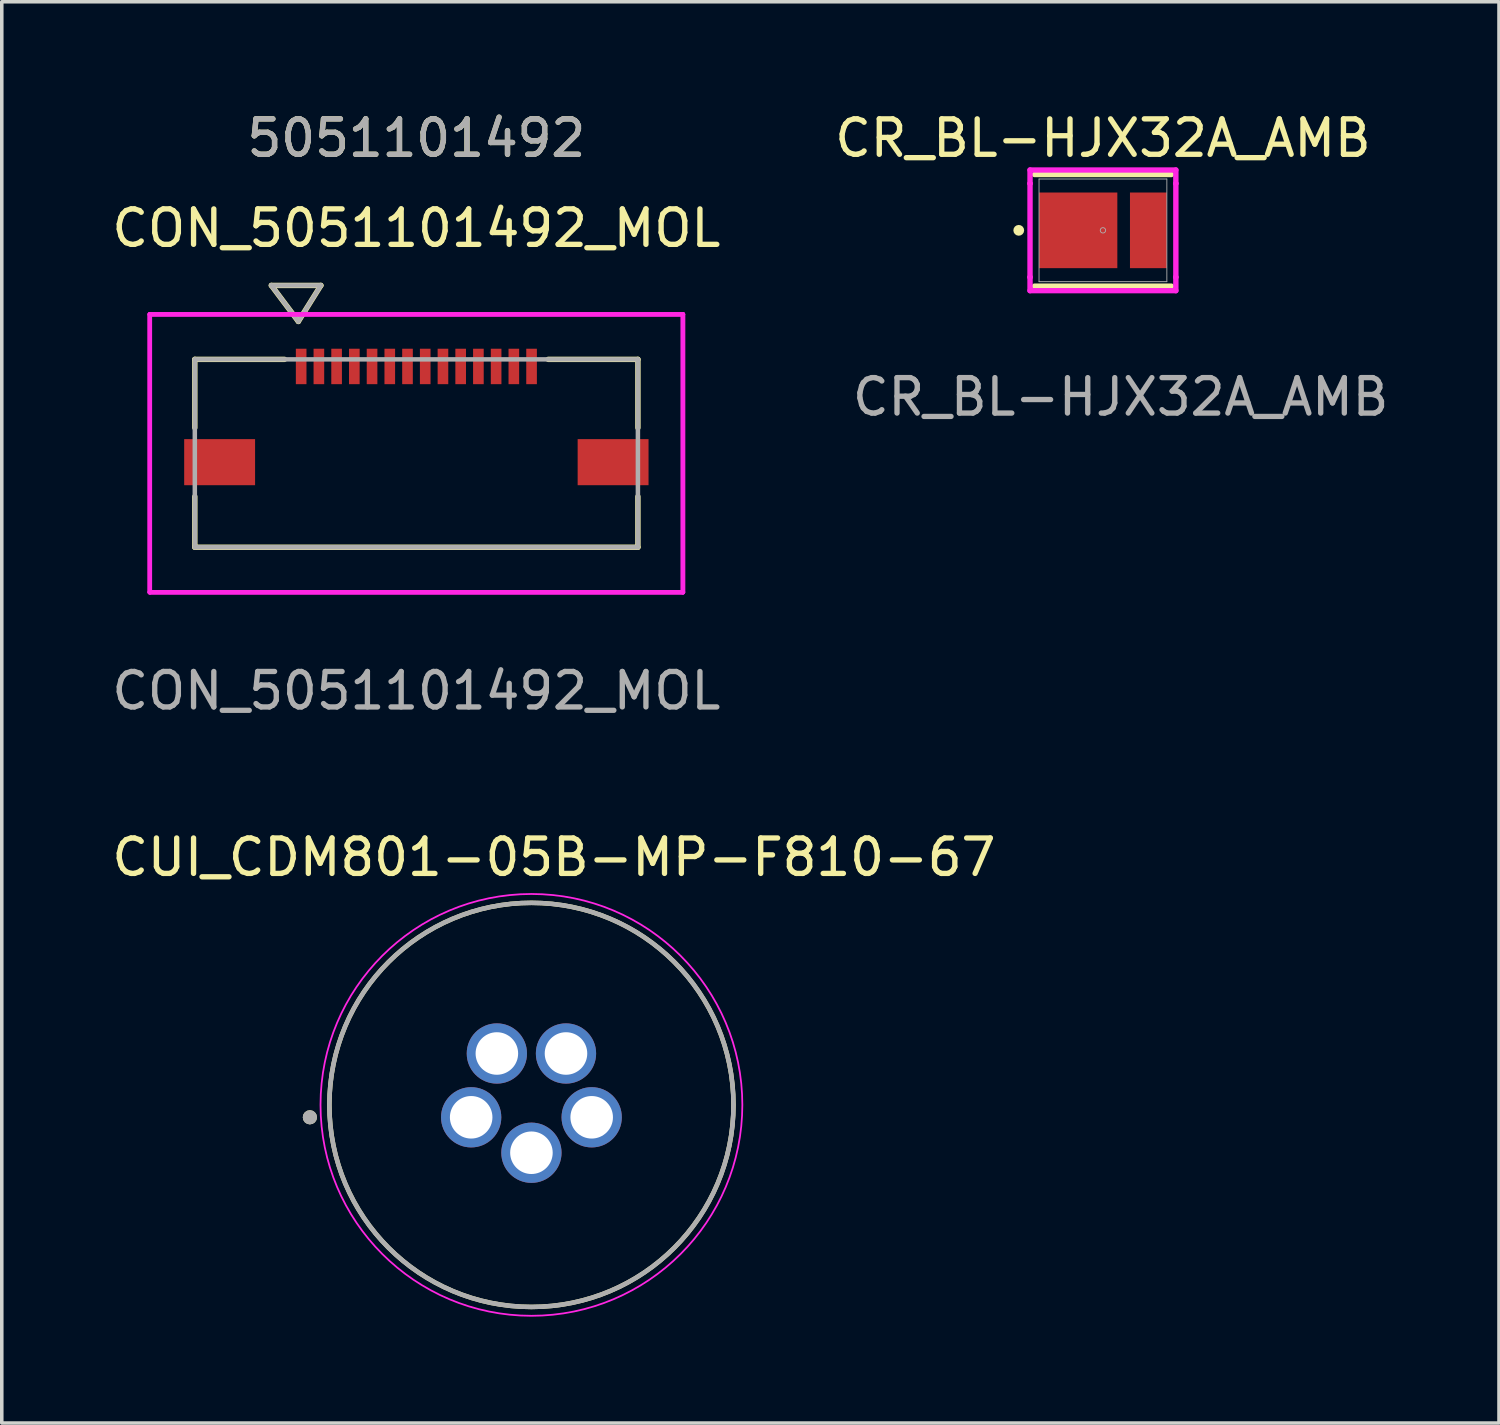
<source format=kicad_pcb>
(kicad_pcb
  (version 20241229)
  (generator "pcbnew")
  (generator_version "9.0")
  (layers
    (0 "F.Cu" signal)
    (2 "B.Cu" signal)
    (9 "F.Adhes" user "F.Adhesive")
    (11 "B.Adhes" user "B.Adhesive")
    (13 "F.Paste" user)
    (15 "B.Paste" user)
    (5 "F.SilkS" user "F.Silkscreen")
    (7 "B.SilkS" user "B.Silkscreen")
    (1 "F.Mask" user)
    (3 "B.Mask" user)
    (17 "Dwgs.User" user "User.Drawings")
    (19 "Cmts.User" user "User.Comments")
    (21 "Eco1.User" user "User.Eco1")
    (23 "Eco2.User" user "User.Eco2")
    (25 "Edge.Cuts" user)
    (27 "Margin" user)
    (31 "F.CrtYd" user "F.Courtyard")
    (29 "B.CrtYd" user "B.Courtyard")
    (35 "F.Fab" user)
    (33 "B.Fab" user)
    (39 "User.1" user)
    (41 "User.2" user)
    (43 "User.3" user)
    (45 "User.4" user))
  (footprint "CR_BL-HJX32A_AMB"
    (layer "F.Cu")
    (at 28.065 3.448)
    (property "Reference" "CR_BL-HJX32A_AMB" (at 0 -2.6 0) (unlocked yes) (layer "F.SilkS") (effects (font (size 1 1) (thickness 0.15))))
    (attr smd)
    (fp_line (start -1.93 1.575) (end 1.93 1.575) (stroke (width 0.152) (type solid)) (layer "F.SilkS"))
    (fp_line (start 1.93 -1.575) (end -1.93 -1.575) (stroke (width 0.152) (type solid)) (layer "F.SilkS"))
    (fp_circle (center -2.375 0) (end -2.299 0) (stroke (width 0.152) (type solid)) (fill no) (layer "F.SilkS"))
    (fp_line (start -2.057 -1.702) (end 2.057 -1.702) (stroke (width 0.152) (type solid)) (layer "F.CrtYd"))
    (fp_line (start -2.057 -1.321) (end -2.057 -1.702) (stroke (width 0.152) (type solid)) (layer "F.CrtYd"))
    (fp_line (start -2.057 -1.321) (end -2.057 -1.321) (stroke (width 0.152) (type solid)) (layer "F.CrtYd"))
    (fp_line (start -2.057 1.321) (end -2.057 -1.321) (stroke (width 0.152) (type solid)) (layer "F.CrtYd"))
    (fp_line (start -2.057 1.321) (end -2.057 1.321) (stroke (width 0.152) (type solid)) (layer "F.CrtYd"))
    (fp_line (start -2.057 1.702) (end -2.057 1.321) (stroke (width 0.152) (type solid)) (layer "F.CrtYd"))
    (fp_line (start 2.057 -1.702) (end 2.057 -1.321) (stroke (width 0.152) (type solid)) (layer "F.CrtYd"))
    (fp_line (start 2.057 -1.321) (end 2.057 -1.321) (stroke (width 0.152) (type solid)) (layer "F.CrtYd"))
    (fp_line (start 2.057 -1.321) (end 2.057 1.321) (stroke (width 0.152) (type solid)) (layer "F.CrtYd"))
    (fp_line (start 2.057 1.321) (end 2.057 1.321) (stroke (width 0.152) (type solid)) (layer "F.CrtYd"))
    (fp_line (start 2.057 1.321) (end 2.057 1.702) (stroke (width 0.152) (type solid)) (layer "F.CrtYd"))
    (fp_line (start 2.057 1.702) (end -2.057 1.702) (stroke (width 0.152) (type solid)) (layer "F.CrtYd"))
    (fp_line (start -1.803 -1.448) (end -1.803 1.448) (stroke (width 0.025) (type solid)) (layer "F.Fab"))
    (fp_line (start -1.803 1.448) (end 1.803 1.448) (stroke (width 0.025) (type solid)) (layer "F.Fab"))
    (fp_line (start 1.803 -1.448) (end -1.803 -1.448) (stroke (width 0.025) (type solid)) (layer "F.Fab"))
    (fp_line (start 1.803 1.448) (end 1.803 -1.448) (stroke (width 0.025) (type solid)) (layer "F.Fab"))
    (fp_circle (center 0 0) (end 0.076 0) (stroke (width 0.025) (type solid)) (fill no) (layer "F.Fab"))
    (fp_text user "${REFERENCE}" (at 0.5 4.7 0) (unlocked yes) (layer "F.Fab") (effects (font (size 1 1) (thickness 0.15))))
    (pad "1" smd rect (at -0.699 0) (size 2.21 2.134) (layers "F.Cu" "F.Mask" "F.Paste"))
    (pad "2" smd rect (at 1.283 0) (size 1.041 2.134) (layers "F.Cu" "F.Mask" "F.Paste")))
  (footprint "CUI_CDM801-05B-MP-F810-67"
    (layer "F.Cu")
    (at 11.942 28.12)
    (property "Reference" "CUI_CDM801-05B-MP-F810-67" (at 0.635 -6.985 0) (layer "F.SilkS") (effects (font (size 1 1) (thickness 0.15))))
    (attr through_hole)
    (fp_circle (center -6.25 0.35) (end -6.15 0.35) (stroke (width 0.2) (type solid)) (fill no) (layer "F.SilkS"))
    (fp_circle (center 0 0) (end 5.7 0) (stroke (width 0.127) (type solid)) (fill no) (layer "F.SilkS"))
    (fp_circle (center 0 0) (end 5.95 0) (stroke (width 0.05) (type solid)) (fill no) (layer "F.CrtYd"))
    (fp_circle (center -6.25 0.35) (end -6.15 0.35) (stroke (width 0.2) (type solid)) (fill no) (layer "F.Fab"))
    (fp_circle (center 0 0) (end 5.7 0) (stroke (width 0.127) (type solid)) (fill no) (layer "F.Fab"))
    (pad "1" thru_hole circle (at -1.7 0.35) (size 1.7 1.7) (drill 1.2) (layers "*.Cu" "*.Mask"))
    (pad "2" thru_hole circle (at -0.975 -1.45) (size 1.7 1.7) (drill 1.2) (layers "*.Cu" "*.Mask"))
    (pad "3" thru_hole circle (at 1.7 0.35) (size 1.7 1.7) (drill 1.2) (layers "*.Cu" "*.Mask"))
    (pad "4" thru_hole circle (at 0.975 -1.45) (size 1.7 1.7) (drill 1.2) (layers "*.Cu" "*.Mask"))
    (pad "5" thru_hole circle (at 0 1.35) (size 1.7 1.7) (drill 1.2) (layers "*.Cu" "*.Mask")))
  (footprint "CON_5051101492_MOL"
    (layer "F.Cu")
    (at 8.696 9.738)
    (property "Reference" "CON_5051101492_MOL" (at 0 -6.35 0) (unlocked yes) (layer "F.SilkS") (effects (font (size 1 1) (thickness 0.15))))
    (attr smd)
    (fp_line (start -6.25 -2.65) (end -6.25 -0.72) (stroke (width 0.152) (type solid)) (layer "F.SilkS"))
    (fp_line (start -6.25 1.22) (end -6.25 2.65) (stroke (width 0.152) (type solid)) (layer "F.SilkS"))
    (fp_line (start -6.25 2.65) (end 6.25 2.65) (stroke (width 0.152) (type solid)) (layer "F.SilkS"))
    (fp_line (start -4.091 -4.736) (end -3.329 -3.72) (stroke (width 0.152) (type solid)) (layer "F.SilkS"))
    (fp_line (start -4.091 -4.736) (end -2.694 -4.736) (stroke (width 0.152) (type solid)) (layer "F.SilkS"))
    (fp_line (start -3.72 -2.65) (end -6.25 -2.65) (stroke (width 0.152) (type solid)) (layer "F.SilkS"))
    (fp_line (start -2.694 -4.736) (end -3.329 -3.72) (stroke (width 0.152) (type solid)) (layer "F.SilkS"))
    (fp_line (start 6.25 -2.65) (end 3.72 -2.65) (stroke (width 0.152) (type solid)) (layer "F.SilkS"))
    (fp_line (start 6.25 -0.72) (end 6.25 -2.65) (stroke (width 0.152) (type solid)) (layer "F.SilkS"))
    (fp_line (start 6.25 2.65) (end 6.25 1.22) (stroke (width 0.152) (type solid)) (layer "F.SilkS"))
    (fp_line (start -7.52 -3.92) (end -7.52 3.92) (stroke (width 0.127) (type solid)) (layer "F.CrtYd"))
    (fp_line (start -7.52 -3.92) (end -7.52 3.92) (stroke (width 0.127) (type solid)) (layer "F.CrtYd"))
    (fp_line (start -7.52 3.92) (end 7.52 3.92) (stroke (width 0.127) (type solid)) (layer "F.CrtYd"))
    (fp_line (start -7.52 3.92) (end 7.52 3.92) (stroke (width 0.127) (type solid)) (layer "F.CrtYd"))
    (fp_line (start 7.52 -3.92) (end -7.52 -3.92) (stroke (width 0.127) (type solid)) (layer "F.CrtYd"))
    (fp_line (start 7.52 -3.92) (end -7.52 -3.92) (stroke (width 0.127) (type solid)) (layer "F.CrtYd"))
    (fp_line (start 7.52 3.92) (end 7.52 -3.92) (stroke (width 0.127) (type solid)) (layer "F.CrtYd"))
    (fp_line (start 7.52 3.92) (end 7.52 -3.92) (stroke (width 0.127) (type solid)) (layer "F.CrtYd"))
    (fp_line (start -6.25 -2.65) (end -6.25 2.65) (stroke (width 0.127) (type solid)) (layer "F.Fab"))
    (fp_line (start -6.25 2.65) (end 6.25 2.65) (stroke (width 0.127) (type solid)) (layer "F.Fab"))
    (fp_line (start -4.091 -4.736) (end -3.329 -3.72) (stroke (width 0.127) (type solid)) (layer "F.Fab"))
    (fp_line (start -4.091 -4.736) (end -2.694 -4.736) (stroke (width 0.127) (type solid)) (layer "F.Fab"))
    (fp_line (start -2.694 -4.736) (end -3.329 -3.72) (stroke (width 0.127) (type solid)) (layer "F.Fab"))
    (fp_line (start 6.25 -2.65) (end -6.25 -2.65) (stroke (width 0.127) (type solid)) (layer "F.Fab"))
    (fp_line (start 6.25 2.65) (end 6.25 -2.65) (stroke (width 0.127) (type solid)) (layer "F.Fab"))
    (fp_text user "5051101492" (at 0 -8.89 0) (unlocked yes) (layer "F.SilkS") (effects (font (size 1 1) (thickness 0.15))))
    (fp_text user "5051101492" (at 0 -8.89 0) (unlocked yes) (layer "F.Fab") (effects (font (size 1 1) (thickness 0.15))))
    (fp_text user "${REFERENCE}" (at 0 6.7 0) (unlocked yes) (layer "F.Fab") (effects (font (size 1 1) (thickness 0.15))))
    (pad "1" smd rect (at -3.25 -2.45) (size 0.3 1) (layers "F.Cu" "F.Mask" "F.Paste"))
    (pad "2" smd rect (at -2.75 -2.45) (size 0.3 1) (layers "F.Cu" "F.Mask" "F.Paste"))
    (pad "3" smd rect (at -2.25 -2.45) (size 0.3 1) (layers "F.Cu" "F.Mask" "F.Paste"))
    (pad "4" smd rect (at -1.75 -2.45) (size 0.3 1) (layers "F.Cu" "F.Mask" "F.Paste"))
    (pad "5" smd rect (at -1.25 -2.45) (size 0.3 1) (layers "F.Cu" "F.Mask" "F.Paste"))
    (pad "6" smd rect (at -0.75 -2.45) (size 0.3 1) (layers "F.Cu" "F.Mask" "F.Paste"))
    (pad "7" smd rect (at -0.25 -2.45) (size 0.3 1) (layers "F.Cu" "F.Mask" "F.Paste"))
    (pad "8" smd rect (at 0.25 -2.45) (size 0.3 1) (layers "F.Cu" "F.Mask" "F.Paste"))
    (pad "9" smd rect (at 0.75 -2.45) (size 0.3 1) (layers "F.Cu" "F.Mask" "F.Paste"))
    (pad "10" smd rect (at 1.25 -2.45) (size 0.3 1) (layers "F.Cu" "F.Mask" "F.Paste"))
    (pad "11" smd rect (at 1.75 -2.45) (size 0.3 1) (layers "F.Cu" "F.Mask" "F.Paste"))
    (pad "12" smd rect (at 2.25 -2.45) (size 0.3 1) (layers "F.Cu" "F.Mask" "F.Paste"))
    (pad "13" smd rect (at 2.75 -2.45) (size 0.3 1) (layers "F.Cu" "F.Mask" "F.Paste"))
    (pad "14" smd rect (at 3.25 -2.45) (size 0.3 1) (layers "F.Cu" "F.Mask" "F.Paste"))
    (pad "P1" smd rect (at -5.55 0.25) (size 2 1.3) (layers "F.Cu" "F.Mask" "F.Paste"))
    (pad "P2" smd rect (at 5.55 0.25) (size 2 1.3) (layers "F.Cu" "F.Mask" "F.Paste")))
  (gr_rect
    (start -3 -3)
    (end 39.238 37.095)
    (stroke (width 0.1) (type default))
    (fill no)
    (layer "Edge.Cuts")))
</source>
